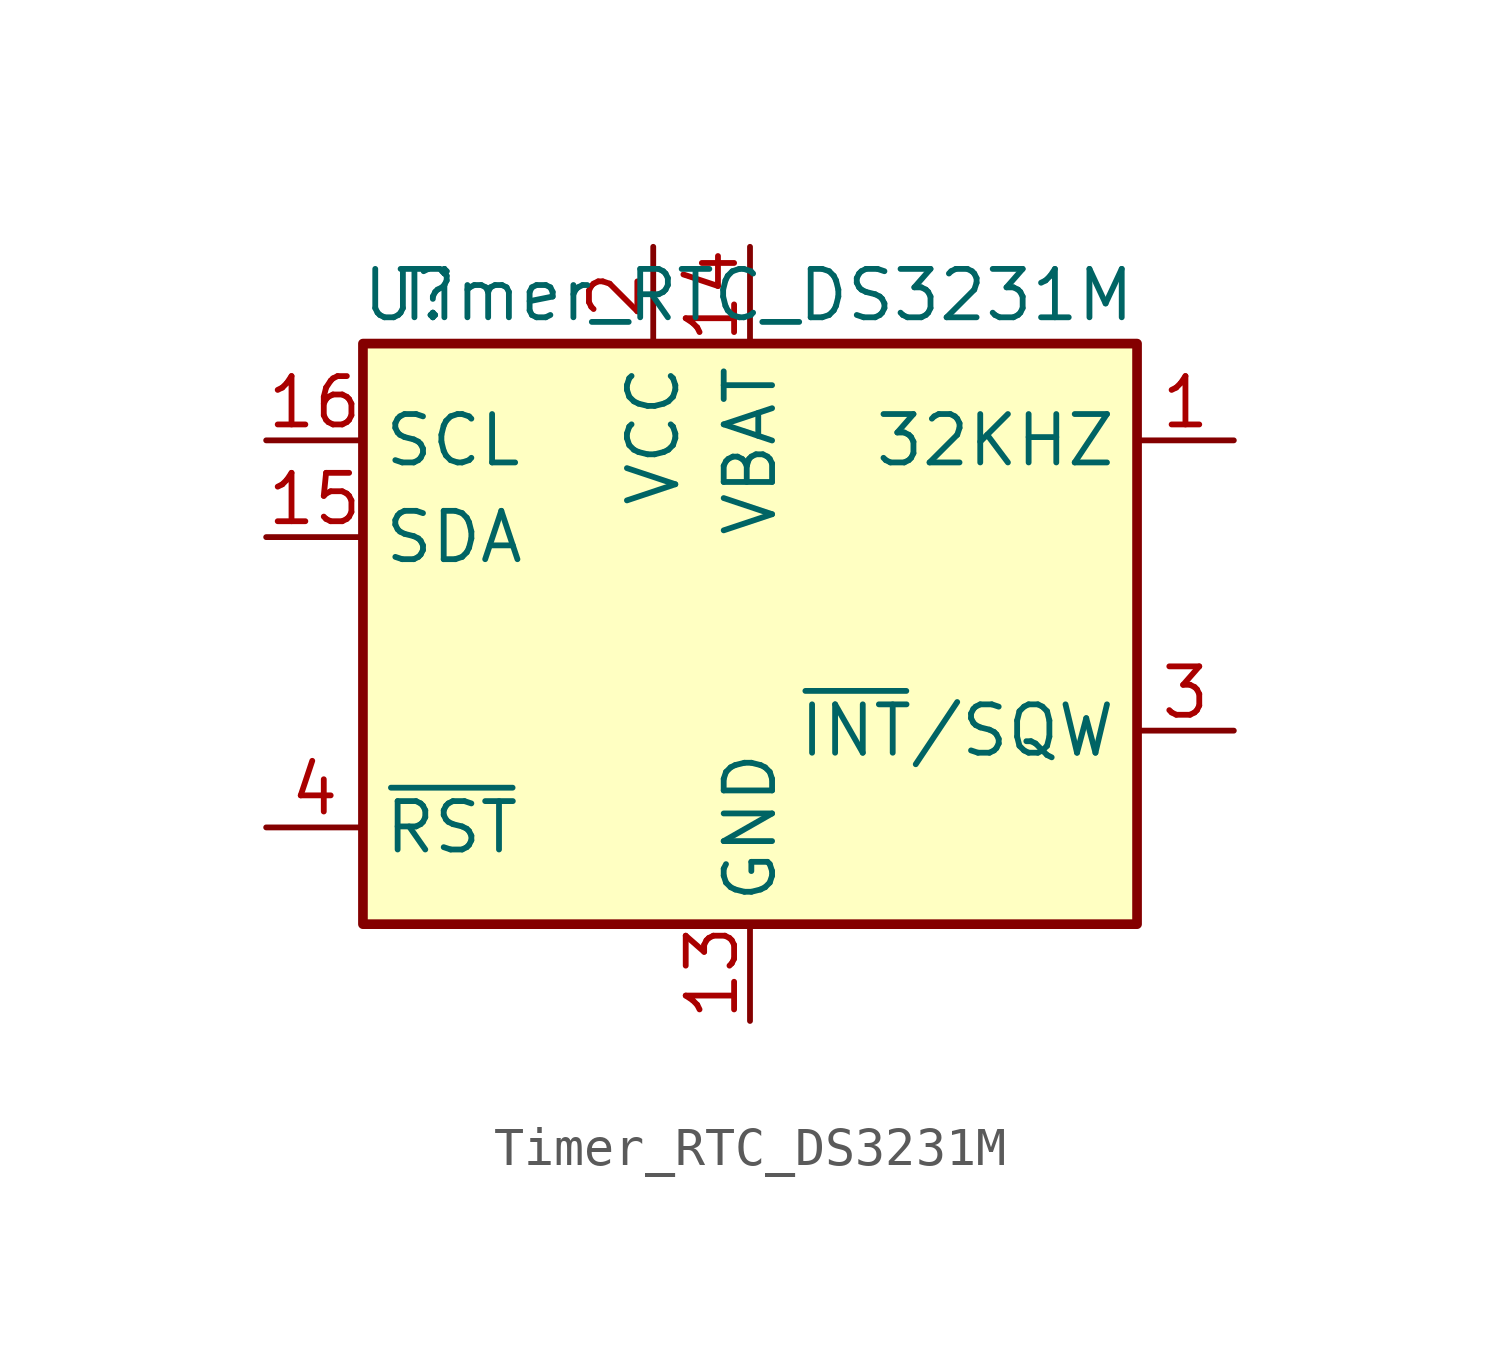
<source format=kicad_sym>
(kicad_symbol_lib
  (version 20220914)
  (generator kicad_symbol_editor)
  (symbol "Timer_RTC_DS3231M"
    (property "Reference" "U"
      (at -7.62 8.89 0)
      (effects (font (size 1.27 1.27)) (justify right)))
    (property "Value" "Timer_RTC_DS3231M"
      (at 10.16 8.89 0)
      (effects (font (size 1.27 1.27)) (justify right)))
    (symbol "Timer_RTC_DS3231M_0_1"
      (rectangle (start -10.16 7.62) (end 10.16 -7.62) (stroke (width 0.254) (type solid)) (fill (type background))))
    (symbol "Timer_RTC_DS3231M_1_1"
      (pin open_collector line (at 12.7 5.08 180) (length 2.54) (name "32KHZ" (effects (font (size 1.27 1.27)))) (number "1" (effects (font (size 1.27 1.27)))))
      (pin passive line (at 0 -10.16 90) (length 2.54) hide (name "GND" (effects (font (size 1.27 1.27)))) (number "10" (effects (font (size 1.27 1.27)))))
      (pin passive line (at 0 -10.16 90) (length 2.54) hide (name "GND" (effects (font (size 1.27 1.27)))) (number "11" (effects (font (size 1.27 1.27)))))
      (pin passive line (at 0 -10.16 90) (length 2.54) hide (name "GND" (effects (font (size 1.27 1.27)))) (number "12" (effects (font (size 1.27 1.27)))))
      (pin power_in line (at 0 -10.16 90) (length 2.54) (name "GND" (effects (font (size 1.27 1.27)))) (number "13" (effects (font (size 1.27 1.27)))))
      (pin power_in line (at 0 10.16 270) (length 2.54) (name "VBAT" (effects (font (size 1.27 1.27)))) (number "14" (effects (font (size 1.27 1.27)))))
      (pin bidirectional line (at -12.7 2.54 0) (length 2.54) (name "SDA" (effects (font (size 1.27 1.27)))) (number "15" (effects (font (size 1.27 1.27)))))
      (pin input line (at -12.7 5.08 0) (length 2.54) (name "SCL" (effects (font (size 1.27 1.27)))) (number "16" (effects (font (size 1.27 1.27)))))
      (pin power_in line (at -2.54 10.16 270) (length 2.54) (name "VCC" (effects (font (size 1.27 1.27)))) (number "2" (effects (font (size 1.27 1.27)))))
      (pin open_collector line (at 12.7 -2.54 180) (length 2.54) (name "~{INT}/SQW" (effects (font (size 1.27 1.27)))) (number "3" (effects (font (size 1.27 1.27)))))
      (pin bidirectional line (at -12.7 -5.08 0) (length 2.54) (name "~{RST}" (effects (font (size 1.27 1.27)))) (number "4" (effects (font (size 1.27 1.27)))))
      (pin passive line (at 0 -10.16 90) (length 2.54) hide (name "GND" (effects (font (size 1.27 1.27)))) (number "5" (effects (font (size 1.27 1.27)))))
      (pin passive line (at 0 -10.16 90) (length 2.54) hide (name "GND" (effects (font (size 1.27 1.27)))) (number "6" (effects (font (size 1.27 1.27)))))
      (pin passive line (at 0 -10.16 90) (length 2.54) hide (name "GND" (effects (font (size 1.27 1.27)))) (number "7" (effects (font (size 1.27 1.27)))))
      (pin passive line (at 0 -10.16 90) (length 2.54) hide (name "GND" (effects (font (size 1.27 1.27)))) (number "8" (effects (font (size 1.27 1.27)))))
      (pin passive line (at 0 -10.16 90) (length 2.54) hide (name "GND" (effects (font (size 1.27 1.27)))) (number "9" (effects (font (size 1.27 1.27))))))))
</source>
